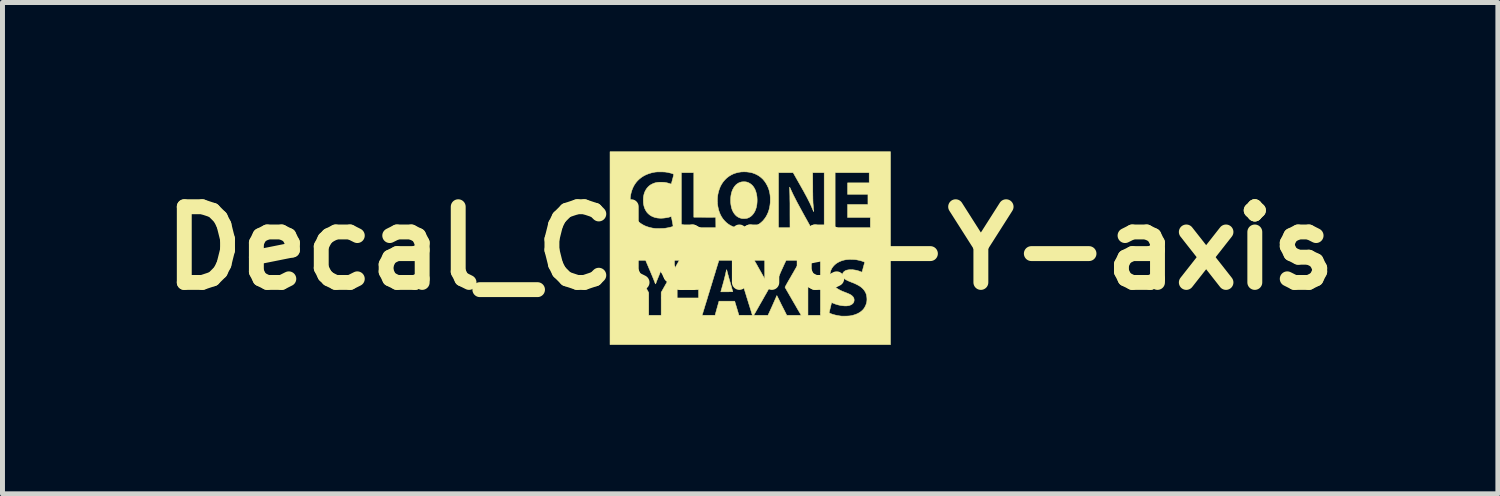
<source format=kicad_pcb>
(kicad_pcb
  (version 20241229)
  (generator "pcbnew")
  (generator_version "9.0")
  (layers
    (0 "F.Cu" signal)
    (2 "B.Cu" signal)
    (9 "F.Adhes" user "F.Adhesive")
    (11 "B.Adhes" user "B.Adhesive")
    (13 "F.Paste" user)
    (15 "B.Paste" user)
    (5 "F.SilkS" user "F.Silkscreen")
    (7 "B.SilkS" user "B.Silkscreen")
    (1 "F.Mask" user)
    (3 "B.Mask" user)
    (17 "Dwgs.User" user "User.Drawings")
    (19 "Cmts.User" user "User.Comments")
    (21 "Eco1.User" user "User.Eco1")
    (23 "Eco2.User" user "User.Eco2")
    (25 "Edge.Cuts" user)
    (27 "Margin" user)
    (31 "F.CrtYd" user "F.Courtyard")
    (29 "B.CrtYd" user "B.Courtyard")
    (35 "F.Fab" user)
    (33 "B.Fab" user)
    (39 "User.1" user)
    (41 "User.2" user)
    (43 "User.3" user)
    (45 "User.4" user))
  (footprint "Decal_Clone-Y-axis"
    (layer "F.Cu")
    (at 12.054 1.947)
    (property "Reference" "Decal_Clone-Y-axis" (at 0 0 0) (layer "F.SilkS") (effects (font (size 1.524 1.524) (thickness 0.3))))
    (attr through_hole)
    (fp_poly (pts (xy -0.473 0.434) (xy -0.471 0.442) (xy -0.468 0.453) (xy -0.464 0.468) (xy -0.459 0.486) (xy -0.454 0.506) (xy -0.453 0.509) (xy -0.449 0.527) (xy -0.442 0.55) (xy -0.435 0.577) (xy -0.427 0.606) (xy -0.418 0.637) (xy -0.409 0.669) (xy -0.4 0.7) (xy -0.392 0.729) (xy -0.384 0.756) (xy -0.376 0.782) (xy -0.37 0.806) (xy -0.364 0.827) (xy -0.358 0.845) (xy -0.354 0.859) (xy -0.352 0.869) (xy -0.35 0.874) (xy -0.35 0.875) (xy -0.353 0.876) (xy -0.361 0.876) (xy -0.374 0.877) (xy -0.391 0.877) (xy -0.412 0.877) (xy -0.437 0.878) (xy -0.465 0.878) (xy -0.471 0.878) (xy -0.592 0.878) (xy -0.558 0.758) (xy -0.548 0.723) (xy -0.54 0.692) (xy -0.532 0.665) (xy -0.526 0.641) (xy -0.52 0.619) (xy -0.515 0.598) (xy -0.51 0.578) (xy -0.505 0.557) (xy -0.499 0.535) (xy -0.494 0.511) (xy -0.491 0.497) (xy -0.487 0.479) (xy -0.483 0.463) (xy -0.479 0.449) (xy -0.477 0.439) (xy -0.475 0.433) (xy -0.474 0.432) (xy -0.473 0.434)) (stroke (width 0.01) (type solid)) (fill yes) (layer "F.SilkS"))
    (fp_poly (pts (xy -0.109 -1.337) (xy -0.086 -1.335) (xy -0.066 -1.331) (xy -0.061 -1.329) (xy -0.027 -1.316) (xy 0.004 -1.297) (xy 0.033 -1.274) (xy 0.058 -1.247) (xy 0.08 -1.215) (xy 0.099 -1.179) (xy 0.114 -1.139) (xy 0.126 -1.095) (xy 0.135 -1.048) (xy 0.138 -1.017) (xy 0.14 -0.974) (xy 0.139 -0.929) (xy 0.135 -0.883) (xy 0.127 -0.839) (xy 0.123 -0.821) (xy 0.11 -0.78) (xy 0.094 -0.742) (xy 0.074 -0.708) (xy 0.052 -0.678) (xy 0.027 -0.652) (xy -0.001 -0.631) (xy -0.031 -0.614) (xy -0.063 -0.602) (xy -0.064 -0.602) (xy -0.076 -0.6) (xy -0.093 -0.598) (xy -0.113 -0.597) (xy -0.132 -0.597) (xy -0.151 -0.597) (xy -0.167 -0.598) (xy -0.175 -0.6) (xy -0.21 -0.61) (xy -0.242 -0.625) (xy -0.271 -0.644) (xy -0.298 -0.669) (xy -0.322 -0.698) (xy -0.343 -0.732) (xy -0.361 -0.769) (xy -0.369 -0.792) (xy -0.38 -0.832) (xy -0.388 -0.875) (xy -0.393 -0.921) (xy -0.394 -0.969) (xy -0.392 -1.016) (xy -0.388 -1.056) (xy -0.379 -1.102) (xy -0.367 -1.144) (xy -0.351 -1.183) (xy -0.332 -1.218) (xy -0.31 -1.249) (xy -0.286 -1.276) (xy -0.258 -1.298) (xy -0.228 -1.316) (xy -0.196 -1.328) (xy -0.175 -1.334) (xy -0.155 -1.336) (xy -0.132 -1.337) (xy -0.109 -1.337)) (stroke (width 0.01) (type solid)) (fill yes) (layer "F.SilkS"))
    (fp_poly (pts (xy 2.825 1.942) (xy -2.822 1.942) (xy -2.822 0.243) (xy -2.393 0.243) (xy -2.389 0.252) (xy -2.387 0.255) (xy -2.382 0.264) (xy -2.376 0.276) (xy -2.367 0.293) (xy -2.356 0.313) (xy -2.343 0.337) (xy -2.329 0.364) (xy -2.313 0.394) (xy -2.295 0.427) (xy -2.277 0.461) (xy -2.257 0.498) (xy -2.237 0.536) (xy -2.216 0.575) (xy -2.214 0.579) (xy -2.043 0.897) (xy -2.043 1.352) (xy -1.792 1.352) (xy -1.792 1.348) (xy -0.967 1.348) (xy -0.966 1.349) (xy -0.964 1.35) (xy -0.96 1.35) (xy -0.954 1.351) (xy -0.945 1.351) (xy -0.933 1.351) (xy -0.917 1.351) (xy -0.897 1.351) (xy -0.872 1.351) (xy -0.842 1.351) (xy -0.838 1.351) (xy -0.707 1.35) (xy -0.668 1.209) (xy -0.628 1.067) (xy -0.312 1.067) (xy -0.269 1.209) (xy -0.227 1.35) (xy -0.091 1.351) (xy -0.059 1.351) (xy -0.032 1.351) (xy -0.009 1.351) (xy 0.008 1.351) (xy 0.022 1.351) (xy 0.032 1.351) (xy 0.039 1.35) (xy 0.04 1.35) (xy 0.071 1.35) (xy 0.074 1.35) (xy 0.082 1.351) (xy 0.094 1.351) (xy 0.11 1.351) (xy 0.13 1.351) (xy 0.153 1.352) (xy 0.178 1.352) (xy 0.205 1.352) (xy 0.214 1.352) (xy 0.357 1.352) (xy 0.362 1.341) (xy 0.37 1.325) (xy 0.38 1.305) (xy 0.39 1.282) (xy 0.402 1.257) (xy 0.414 1.23) (xy 0.427 1.202) (xy 0.44 1.173) (xy 0.453 1.144) (xy 0.466 1.115) (xy 0.478 1.087) (xy 0.49 1.061) (xy 0.5 1.037) (xy 0.51 1.016) (xy 0.518 0.997) (xy 0.524 0.983) (xy 0.528 0.972) (xy 0.529 0.969) (xy 0.533 0.961) (xy 0.535 0.956) (xy 0.537 0.955) (xy 0.539 0.957) (xy 0.542 0.964) (xy 0.548 0.975) (xy 0.555 0.989) (xy 0.564 1.006) (xy 0.573 1.025) (xy 0.578 1.035) (xy 0.588 1.055) (xy 0.6 1.079) (xy 0.613 1.106) (xy 0.627 1.135) (xy 0.642 1.164) (xy 0.657 1.194) (xy 0.672 1.223) (xy 0.677 1.233) (xy 0.737 1.352) (xy 1.028 1.352) (xy 1.021 1.34) (xy 0.999 1.302) (xy 0.976 1.263) (xy 0.953 1.224) (xy 0.93 1.184) (xy 0.908 1.145) (xy 0.885 1.106) (xy 0.863 1.068) (xy 0.842 1.032) (xy 0.822 0.996) (xy 0.802 0.963) (xy 0.784 0.931) (xy 0.767 0.902) (xy 0.752 0.875) (xy 0.738 0.852) (xy 0.727 0.832) (xy 0.717 0.815) (xy 0.71 0.802) (xy 0.705 0.794) (xy 0.703 0.79) (xy 0.702 0.789) (xy 0.702 0.788) (xy 0.702 0.786) (xy 0.703 0.783) (xy 0.705 0.778) (xy 0.708 0.772) (xy 0.712 0.764) (xy 0.718 0.754) (xy 0.725 0.741) (xy 0.733 0.726) (xy 0.743 0.708) (xy 0.755 0.687) (xy 0.769 0.662) (xy 0.786 0.633) (xy 0.805 0.601) (xy 0.826 0.564) (xy 0.85 0.522) (xy 0.855 0.514) (xy 0.876 0.478) (xy 0.895 0.443) (xy 0.914 0.411) (xy 0.932 0.38) (xy 0.949 0.351) (xy 0.963 0.326) (xy 0.977 0.303) (xy 0.988 0.283) (xy 0.997 0.267) (xy 1.004 0.255) (xy 1.008 0.247) (xy 1.01 0.244) (xy 1.01 0.244) (xy 1.008 0.243) (xy 1 0.243) (xy 0.987 0.243) (xy 0.971 0.243) (xy 0.951 0.243) (xy 0.928 0.243) (xy 0.902 0.243) (xy 0.875 0.243) (xy 0.867 0.243) (xy 1.163 0.243) (xy 1.163 1.352) (xy 1.414 1.352) (xy 1.414 1.303) (xy 1.589 1.303) (xy 1.592 1.304) (xy 1.599 1.307) (xy 1.607 1.311) (xy 1.641 1.325) (xy 1.678 1.337) (xy 1.718 1.347) (xy 1.762 1.356) (xy 1.81 1.364) (xy 1.837 1.367) (xy 1.847 1.368) (xy 1.861 1.368) (xy 1.878 1.368) (xy 1.898 1.368) (xy 1.92 1.367) (xy 1.942 1.367) (xy 1.962 1.366) (xy 1.982 1.365) (xy 1.998 1.364) (xy 2.01 1.362) (xy 2.014 1.362) (xy 2.066 1.351) (xy 2.114 1.337) (xy 2.158 1.319) (xy 2.198 1.298) (xy 2.234 1.273) (xy 2.265 1.245) (xy 2.289 1.217) (xy 2.301 1.199) (xy 2.313 1.177) (xy 2.325 1.153) (xy 2.334 1.129) (xy 2.341 1.108) (xy 2.348 1.075) (xy 2.351 1.039) (xy 2.35 1.003) (xy 2.346 0.968) (xy 2.339 0.936) (xy 2.338 0.93) (xy 2.326 0.898) (xy 2.31 0.869) (xy 2.291 0.841) (xy 2.268 0.815) (xy 2.241 0.79) (xy 2.21 0.767) (xy 2.173 0.745) (xy 2.132 0.724) (xy 2.086 0.703) (xy 2.049 0.689) (xy 2.012 0.674) (xy 1.98 0.661) (xy 1.953 0.648) (xy 1.93 0.636) (xy 1.911 0.625) (xy 1.895 0.613) (xy 1.883 0.602) (xy 1.873 0.59) (xy 1.867 0.579) (xy 1.862 0.569) (xy 1.86 0.56) (xy 1.859 0.55) (xy 1.859 0.54) (xy 1.859 0.527) (xy 1.86 0.517) (xy 1.863 0.508) (xy 1.866 0.502) (xy 1.878 0.483) (xy 1.895 0.467) (xy 1.916 0.453) (xy 1.941 0.443) (xy 1.97 0.437) (xy 2.003 0.433) (xy 2.039 0.433) (xy 2.066 0.434) (xy 2.103 0.439) (xy 2.138 0.445) (xy 2.171 0.454) (xy 2.204 0.465) (xy 2.22 0.472) (xy 2.232 0.476) (xy 2.242 0.48) (xy 2.248 0.482) (xy 2.251 0.482) (xy 2.252 0.479) (xy 2.254 0.471) (xy 2.258 0.46) (xy 2.262 0.445) (xy 2.267 0.427) (xy 2.272 0.408) (xy 2.277 0.388) (xy 2.283 0.368) (xy 2.288 0.348) (xy 2.293 0.33) (xy 2.298 0.313) (xy 2.301 0.299) (xy 2.304 0.289) (xy 2.305 0.282) (xy 2.305 0.281) (xy 2.301 0.278) (xy 2.293 0.275) (xy 2.281 0.27) (xy 2.267 0.266) (xy 2.251 0.26) (xy 2.235 0.255) (xy 2.22 0.251) (xy 2.207 0.247) (xy 2.206 0.247) (xy 2.174 0.24) (xy 2.145 0.234) (xy 2.115 0.23) (xy 2.082 0.228) (xy 2.047 0.227) (xy 2.006 0.226) (xy 1.968 0.228) (xy 1.933 0.231) (xy 1.9 0.237) (xy 1.867 0.245) (xy 1.846 0.252) (xy 1.804 0.268) (xy 1.765 0.288) (xy 1.729 0.311) (xy 1.698 0.338) (xy 1.67 0.368) (xy 1.647 0.4) (xy 1.629 0.435) (xy 1.621 0.456) (xy 1.61 0.495) (xy 1.604 0.535) (xy 1.604 0.574) (xy 1.608 0.613) (xy 1.616 0.644) (xy 1.63 0.679) (xy 1.647 0.711) (xy 1.67 0.741) (xy 1.697 0.77) (xy 1.729 0.796) (xy 1.766 0.821) (xy 1.808 0.845) (xy 1.855 0.867) (xy 1.899 0.884) (xy 1.932 0.897) (xy 1.959 0.908) (xy 1.983 0.918) (xy 2.003 0.927) (xy 2.019 0.936) (xy 2.034 0.945) (xy 2.046 0.955) (xy 2.057 0.964) (xy 2.074 0.983) (xy 2.086 1.004) (xy 2.092 1.027) (xy 2.093 1.05) (xy 2.09 1.07) (xy 2.082 1.092) (xy 2.069 1.111) (xy 2.051 1.127) (xy 2.029 1.14) (xy 2.003 1.151) (xy 1.974 1.158) (xy 1.94 1.162) (xy 1.903 1.162) (xy 1.878 1.16) (xy 1.823 1.153) (xy 1.768 1.141) (xy 1.715 1.125) (xy 1.67 1.107) (xy 1.658 1.102) (xy 1.648 1.099) (xy 1.642 1.097) (xy 1.64 1.097) (xy 1.639 1.1) (xy 1.636 1.108) (xy 1.633 1.12) (xy 1.629 1.135) (xy 1.625 1.153) (xy 1.62 1.172) (xy 1.615 1.192) (xy 1.61 1.213) (xy 1.605 1.233) (xy 1.601 1.252) (xy 1.597 1.269) (xy 1.593 1.283) (xy 1.591 1.294) (xy 1.59 1.301) (xy 1.589 1.303) (xy 1.414 1.303) (xy 1.414 0.243) (xy 1.163 0.243) (xy 0.867 0.243) (xy 0.724 0.243) (xy 0.677 0.342) (xy 0.657 0.387) (xy 0.637 0.43) (xy 0.619 0.47) (xy 0.603 0.507) (xy 0.589 0.54) (xy 0.577 0.569) (xy 0.568 0.594) (xy 0.567 0.596) (xy 0.561 0.612) (xy 0.556 0.623) (xy 0.553 0.629) (xy 0.551 0.629) (xy 0.55 0.627) (xy 0.549 0.623) (xy 0.546 0.614) (xy 0.54 0.601) (xy 0.533 0.585) (xy 0.524 0.565) (xy 0.513 0.542) (xy 0.501 0.516) (xy 0.488 0.488) (xy 0.474 0.459) (xy 0.46 0.428) (xy 0.445 0.396) (xy 0.434 0.375) (xy 0.371 0.243) (xy 0.081 0.243) (xy 0.09 0.258) (xy 0.104 0.283) (xy 0.12 0.31) (xy 0.137 0.34) (xy 0.154 0.371) (xy 0.172 0.403) (xy 0.191 0.437) (xy 0.21 0.47) (xy 0.229 0.504) (xy 0.248 0.538) (xy 0.267 0.571) (xy 0.285 0.603) (xy 0.302 0.633) (xy 0.318 0.662) (xy 0.333 0.689) (xy 0.347 0.714) (xy 0.359 0.736) (xy 0.37 0.754) (xy 0.378 0.769) (xy 0.384 0.781) (xy 0.388 0.788) (xy 0.389 0.791) (xy 0.388 0.793) (xy 0.384 0.8) (xy 0.378 0.812) (xy 0.369 0.827) (xy 0.359 0.845) (xy 0.347 0.867) (xy 0.333 0.891) (xy 0.318 0.918) (xy 0.301 0.947) (xy 0.284 0.977) (xy 0.266 1.009) (xy 0.248 1.041) (xy 0.229 1.074) (xy 0.21 1.107) (xy 0.191 1.14) (xy 0.173 1.172) (xy 0.155 1.204) (xy 0.138 1.234) (xy 0.122 1.262) (xy 0.107 1.289) (xy 0.093 1.313) (xy 0.081 1.334) (xy 0.071 1.35) (xy 0.04 1.35) (xy 0.042 1.349) (xy 0.044 1.349) (xy 0.044 1.348) (xy 0.043 1.345) (xy 0.04 1.337) (xy 0.036 1.324) (xy 0.031 1.307) (xy 0.024 1.285) (xy 0.016 1.258) (xy 0.007 1.229) (xy -0.004 1.195) (xy -0.015 1.158) (xy -0.028 1.118) (xy -0.041 1.076) (xy -0.055 1.03) (xy -0.07 0.983) (xy -0.085 0.933) (xy -0.101 0.882) (xy -0.117 0.829) (xy -0.123 0.811) (xy -0.139 0.758) (xy -0.156 0.706) (xy -0.171 0.655) (xy -0.186 0.606) (xy -0.201 0.56) (xy -0.215 0.515) (xy -0.228 0.474) (xy -0.24 0.435) (xy -0.251 0.399) (xy -0.261 0.367) (xy -0.269 0.338) (xy -0.277 0.314) (xy -0.283 0.294) (xy -0.288 0.278) (xy -0.292 0.267) (xy -0.294 0.261) (xy -0.294 0.26) (xy -0.3 0.243) (xy -0.629 0.243) (xy -0.639 0.274) (xy -0.641 0.28) (xy -0.644 0.291) (xy -0.649 0.307) (xy -0.655 0.328) (xy -0.663 0.352) (xy -0.672 0.381) (xy -0.682 0.414) (xy -0.693 0.449) (xy -0.704 0.488) (xy -0.717 0.53) (xy -0.731 0.574) (xy -0.745 0.621) (xy -0.76 0.67) (xy -0.775 0.72) (xy -0.791 0.772) (xy -0.807 0.824) (xy -0.823 0.877) (xy -0.839 0.928) (xy -0.854 0.977) (xy -0.868 1.025) (xy -0.882 1.07) (xy -0.895 1.113) (xy -0.908 1.153) (xy -0.919 1.19) (xy -0.929 1.224) (xy -0.939 1.254) (xy -0.947 1.281) (xy -0.953 1.303) (xy -0.959 1.321) (xy -0.963 1.335) (xy -0.966 1.343) (xy -0.967 1.347) (xy -0.967 1.347) (xy -0.967 1.348) (xy -1.792 1.348) (xy -1.792 1.121) (xy -1.792 0.89) (xy -1.761 0.835) (xy -1.47 0.835) (xy -1.47 1.002) (xy -1.039 1.002) (xy -1.039 0.835) (xy -1.47 0.835) (xy -1.761 0.835) (xy -1.611 0.57) (xy -1.589 0.531) (xy -1.568 0.493) (xy -1.547 0.457) (xy -1.528 0.422) (xy -1.509 0.39) (xy -1.493 0.36) (xy -1.478 0.333) (xy -1.464 0.31) (xy -1.453 0.289) (xy -1.443 0.272) (xy -1.436 0.26) (xy -1.431 0.251) (xy -1.429 0.247) (xy -1.429 0.247) (xy -1.429 0.246) (xy -1.431 0.245) (xy -1.436 0.244) (xy -1.443 0.244) (xy -1.453 0.243) (xy -1.466 0.243) (xy -1.484 0.243) (xy -1.505 0.243) (xy -1.532 0.243) (xy -1.563 0.243) (xy -1.709 0.243) (xy -1.771 0.39) (xy -1.792 0.44) (xy -1.811 0.486) (xy -1.828 0.528) (xy -1.844 0.567) (xy -1.858 0.601) (xy -1.87 0.631) (xy -1.881 0.657) (xy -1.889 0.678) (xy -1.894 0.694) (xy -1.895 0.696) (xy -1.899 0.707) (xy -1.903 0.714) (xy -1.905 0.719) (xy -1.906 0.719) (xy -1.907 0.716) (xy -1.911 0.709) (xy -1.916 0.698) (xy -1.922 0.683) (xy -1.928 0.666) (xy -1.936 0.648) (xy -1.936 0.648) (xy -1.942 0.631) (xy -1.951 0.61) (xy -1.961 0.585) (xy -1.972 0.558) (xy -1.985 0.529) (xy -1.997 0.499) (xy -2.01 0.468) (xy -2.023 0.438) (xy -2.025 0.433) (xy -2.037 0.406) (xy -2.048 0.379) (xy -2.059 0.353) (xy -2.069 0.33) (xy -2.078 0.309) (xy -2.085 0.292) (xy -2.091 0.278) (xy -2.095 0.269) (xy -2.096 0.266) (xy -2.106 0.243) (xy -2.393 0.243) (xy -2.822 0.243) (xy -2.822 -0.962) (xy -2.416 -0.962) (xy -2.416 -0.935) (xy -2.415 -0.91) (xy -2.414 -0.886) (xy -2.412 -0.866) (xy -2.411 -0.862) (xy -2.402 -0.805) (xy -2.387 -0.751) (xy -2.368 -0.7) (xy -2.345 -0.653) (xy -2.317 -0.61) (xy -2.285 -0.57) (xy -2.249 -0.534) (xy -2.208 -0.501) (xy -2.193 -0.491) (xy -2.153 -0.467) (xy -2.11 -0.446) (xy -2.063 -0.429) (xy -2.014 -0.415) (xy -1.964 -0.404) (xy -1.938 -0.401) (xy -1.926 -0.399) (xy -1.914 -0.398) (xy -1.906 -0.397) (xy -1.904 -0.397) (xy -1.896 -0.396) (xy -1.883 -0.396) (xy -1.867 -0.396) (xy -1.847 -0.396) (xy -1.826 -0.396) (xy -1.804 -0.397) (xy -1.782 -0.398) (xy -1.761 -0.398) (xy -1.742 -0.399) (xy -1.726 -0.4) (xy -1.714 -0.401) (xy -1.709 -0.402) (xy -1.685 -0.406) (xy -1.662 -0.41) (xy -1.638 -0.415) (xy -1.616 -0.42) (xy -1.596 -0.425) (xy -1.579 -0.43) (xy -1.566 -0.435) (xy -1.557 -0.44) (xy -1.555 -0.441) (xy -1.554 -0.442) (xy -1.553 -0.445) (xy -1.553 -0.449) (xy -1.554 -0.455) (xy -1.555 -0.464) (xy -1.557 -0.477) (xy -1.56 -0.493) (xy -1.564 -0.514) (xy -1.569 -0.539) (xy -1.569 -0.54) (xy -1.573 -0.562) (xy -1.577 -0.583) (xy -1.581 -0.601) (xy -1.584 -0.616) (xy -1.587 -0.627) (xy -1.588 -0.634) (xy -1.589 -0.636) (xy -1.592 -0.636) (xy -1.599 -0.634) (xy -1.609 -0.632) (xy -1.613 -0.631) (xy -1.652 -0.62) (xy -1.693 -0.613) (xy -1.735 -0.607) (xy -1.778 -0.604) (xy -1.818 -0.604) (xy -1.856 -0.607) (xy -1.867 -0.608) (xy -1.912 -0.617) (xy -1.953 -0.631) (xy -1.991 -0.649) (xy -2.025 -0.671) (xy -2.055 -0.697) (xy -2.082 -0.727) (xy -2.104 -0.762) (xy -2.123 -0.8) (xy -2.137 -0.842) (xy -2.147 -0.886) (xy -2.149 -0.904) (xy -2.151 -0.925) (xy -2.151 -0.95) (xy -2.152 -0.975) (xy -2.151 -0.999) (xy -2.15 -1.022) (xy -2.147 -1.041) (xy -2.147 -1.044) (xy -2.137 -1.09) (xy -2.123 -1.131) (xy -2.104 -1.169) (xy -2.082 -1.203) (xy -2.056 -1.233) (xy -2.051 -1.238) (xy -2.031 -1.256) (xy -2.013 -1.27) (xy -1.993 -1.282) (xy -1.974 -1.292) (xy -1.947 -1.304) (xy -1.922 -1.313) (xy -1.895 -1.32) (xy -1.867 -1.325) (xy -1.835 -1.328) (xy -1.814 -1.328) (xy -1.766 -1.328) (xy -1.721 -1.325) (xy -1.678 -1.317) (xy -1.637 -1.306) (xy -1.625 -1.302) (xy -1.612 -1.298) (xy -1.602 -1.295) (xy -1.595 -1.292) (xy -1.592 -1.292) (xy -1.59 -1.293) (xy -1.588 -1.298) (xy -1.585 -1.307) (xy -1.581 -1.319) (xy -1.577 -1.336) (xy -1.571 -1.358) (xy -1.564 -1.386) (xy -1.563 -1.387) (xy -1.557 -1.41) (xy -1.552 -1.43) (xy -1.547 -1.449) (xy -1.544 -1.465) (xy -1.541 -1.477) (xy -1.539 -1.484) (xy -1.539 -1.487) (xy -1.542 -1.491) (xy -1.55 -1.495) (xy -1.562 -1.5) (xy -1.578 -1.505) (xy -1.597 -1.511) (xy -1.617 -1.516) (xy -1.638 -1.521) (xy -1.386 -1.521) (xy -1.386 -0.412) (xy -0.691 -0.412) (xy -0.693 -0.622) (xy -0.914 -0.623) (xy -1.135 -0.624) (xy -1.135 -0.953) (xy -0.66 -0.953) (xy -0.66 -0.922) (xy -0.658 -0.894) (xy -0.658 -0.89) (xy -0.649 -0.832) (xy -0.637 -0.776) (xy -0.62 -0.723) (xy -0.599 -0.673) (xy -0.574 -0.627) (xy -0.545 -0.585) (xy -0.512 -0.547) (xy -0.476 -0.512) (xy -0.436 -0.481) (xy -0.393 -0.455) (xy -0.347 -0.434) (xy -0.297 -0.416) (xy -0.296 -0.416) (xy -0.271 -0.41) (xy -0.243 -0.404) (xy -0.214 -0.399) (xy -0.195 -0.397) (xy -0.183 -0.396) (xy -0.167 -0.396) (xy -0.149 -0.396) (xy -0.129 -0.396) (xy -0.109 -0.396) (xy -0.091 -0.397) (xy -0.077 -0.398) (xy -0.071 -0.398) (xy -0.014 -0.407) (xy 0.039 -0.42) (xy 0.09 -0.438) (xy 0.137 -0.46) (xy 0.181 -0.487) (xy 0.221 -0.518) (xy 0.258 -0.553) (xy 0.291 -0.593) (xy 0.321 -0.637) (xy 0.344 -0.681) (xy 0.363 -0.724) (xy 0.378 -0.769) (xy 0.39 -0.815) (xy 0.398 -0.864) (xy 0.404 -0.916) (xy 0.405 -0.957) (xy 0.405 -1.014) (xy 0.401 -1.067) (xy 0.393 -1.118) (xy 0.381 -1.167) (xy 0.365 -1.214) (xy 0.344 -1.26) (xy 0.318 -1.307) (xy 0.288 -1.351) (xy 0.255 -1.39) (xy 0.218 -1.424) (xy 0.178 -1.454) (xy 0.134 -1.48) (xy 0.088 -1.501) (xy 0.038 -1.518) (xy 0.022 -1.521) (xy 0.57 -1.521) (xy 0.57 -0.412) (xy 0.802 -0.412) (xy 0.801 -0.677) (xy 0.801 -0.741) (xy 0.801 -0.8) (xy 0.801 -0.854) (xy 0.801 -0.905) (xy 0.8 -0.952) (xy 0.799 -0.996) (xy 0.799 -1.038) (xy 0.798 -1.078) (xy 0.797 -1.117) (xy 0.795 -1.155) (xy 0.794 -1.184) (xy 0.794 -1.203) (xy 0.794 -1.217) (xy 0.794 -1.226) (xy 0.795 -1.229) (xy 0.795 -1.229) (xy 0.797 -1.226) (xy 0.801 -1.218) (xy 0.806 -1.207) (xy 0.812 -1.193) (xy 0.82 -1.177) (xy 0.821 -1.173) (xy 0.836 -1.141) (xy 0.852 -1.107) (xy 0.87 -1.069) (xy 0.891 -1.028) (xy 0.914 -0.983) (xy 0.939 -0.934) (xy 0.967 -0.882) (xy 0.998 -0.825) (xy 1.031 -0.764) (xy 1.067 -0.698) (xy 1.089 -0.658) (xy 1.226 -0.412) (xy 1.49 -0.412) (xy 1.49 -1.521) (xy 1.71 -1.521) (xy 1.71 -0.412) (xy 2.419 -0.412) (xy 2.419 -0.618) (xy 1.961 -0.618) (xy 1.961 -0.881) (xy 2.371 -0.881) (xy 2.371 -1.084) (xy 1.961 -1.084) (xy 1.961 -1.315) (xy 2.396 -1.315) (xy 2.396 -1.521) (xy 1.71 -1.521) (xy 1.49 -1.521) (xy 1.258 -1.521) (xy 1.26 -1.252) (xy 1.26 -1.213) (xy 1.26 -1.173) (xy 1.26 -1.136) (xy 1.261 -1.099) (xy 1.261 -1.065) (xy 1.262 -1.034) (xy 1.262 -1.005) (xy 1.263 -0.981) (xy 1.263 -0.96) (xy 1.264 -0.944) (xy 1.264 -0.934) (xy 1.264 -0.933) (xy 1.265 -0.911) (xy 1.267 -0.887) (xy 1.269 -0.863) (xy 1.271 -0.838) (xy 1.273 -0.814) (xy 1.274 -0.793) (xy 1.276 -0.774) (xy 1.278 -0.76) (xy 1.278 -0.754) (xy 1.279 -0.745) (xy 1.279 -0.739) (xy 1.278 -0.737) (xy 1.276 -0.74) (xy 1.272 -0.747) (xy 1.268 -0.758) (xy 1.262 -0.771) (xy 1.259 -0.778) (xy 1.247 -0.807) (xy 1.235 -0.835) (xy 1.222 -0.864) (xy 1.209 -0.893) (xy 1.195 -0.922) (xy 1.179 -0.953) (xy 1.163 -0.985) (xy 1.145 -1.02) (xy 1.126 -1.056) (xy 1.104 -1.096) (xy 1.081 -1.139) (xy 1.055 -1.185) (xy 1.027 -1.235) (xy 0.996 -1.29) (xy 0.993 -1.295) (xy 0.865 -1.521) (xy 0.57 -1.521) (xy 0.022 -1.521) (xy -0.014 -1.529) (xy -0.069 -1.536) (xy -0.121 -1.538) (xy -0.178 -1.536) (xy -0.232 -1.528) (xy -0.285 -1.515) (xy -0.335 -1.498) (xy -0.382 -1.475) (xy -0.427 -1.448) (xy -0.469 -1.416) (xy -0.506 -1.38) (xy -0.541 -1.34) (xy -0.571 -1.296) (xy -0.598 -1.248) (xy -0.619 -1.196) (xy -0.637 -1.141) (xy -0.65 -1.083) (xy -0.651 -1.078) (xy -0.655 -1.051) (xy -0.658 -1.02) (xy -0.66 -0.986) (xy -0.66 -0.953) (xy -1.135 -0.953) (xy -1.135 -1.521) (xy -1.386 -1.521) (xy -1.638 -1.521) (xy -1.639 -1.521) (xy -1.662 -1.526) (xy -1.684 -1.53) (xy -1.685 -1.53) (xy -1.706 -1.533) (xy -1.731 -1.535) (xy -1.759 -1.536) (xy -1.788 -1.537) (xy -1.817 -1.537) (xy -1.846 -1.537) (xy -1.873 -1.536) (xy -1.897 -1.534) (xy -1.916 -1.532) (xy -1.916 -1.532) (xy -1.977 -1.52) (xy -2.035 -1.503) (xy -2.088 -1.483) (xy -2.139 -1.458) (xy -2.185 -1.429) (xy -2.228 -1.396) (xy -2.268 -1.358) (xy -2.303 -1.317) (xy -2.308 -1.309) (xy -2.335 -1.269) (xy -2.358 -1.225) (xy -2.378 -1.177) (xy -2.394 -1.127) (xy -2.406 -1.075) (xy -2.413 -1.03) (xy -2.414 -1.01) (xy -2.415 -0.987) (xy -2.416 -0.962) (xy -2.822 -0.962) (xy -2.822 -1.942) (xy 2.825 -1.942) (xy 2.825 1.942)) (stroke (width 0.01) (type solid)) (fill yes) (layer "F.SilkS")))
  (gr_rect
    (start -3 -3)
    (end 27.108 6.893)
    (stroke (width 0.1) (type default))
    (fill no)
    (layer "Edge.Cuts")))
</source>
